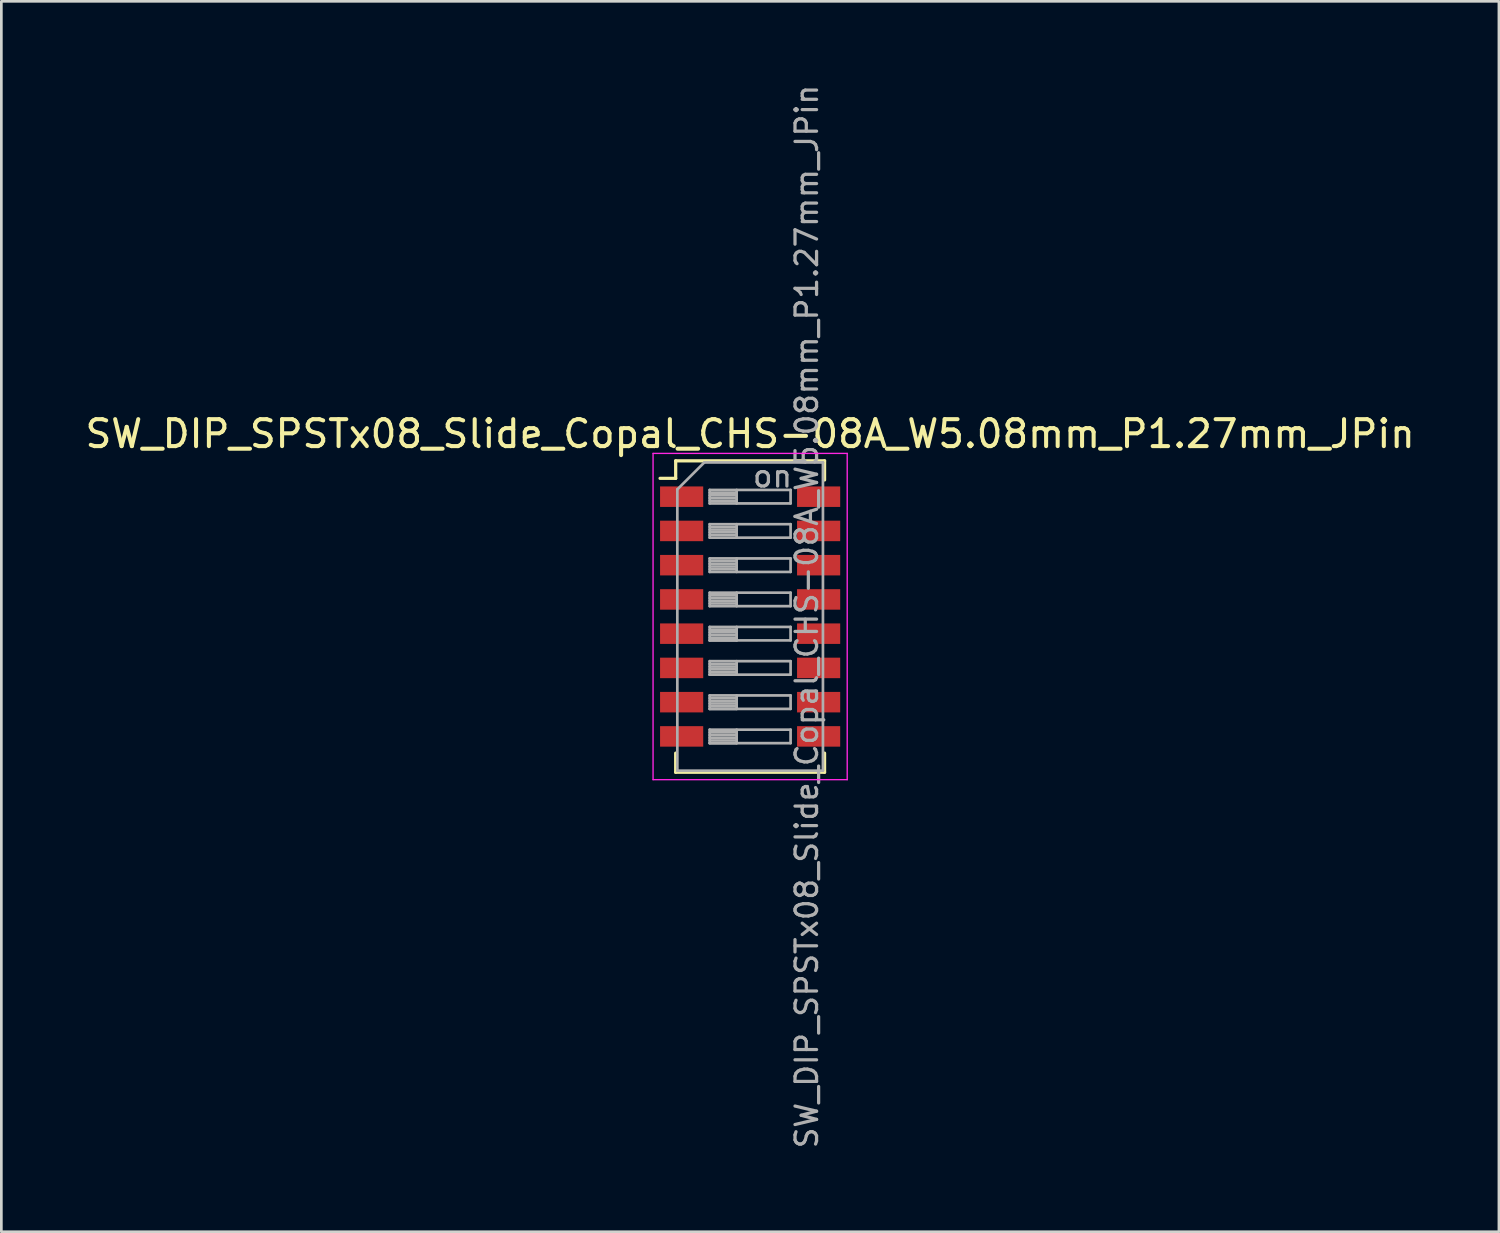
<source format=kicad_pcb>
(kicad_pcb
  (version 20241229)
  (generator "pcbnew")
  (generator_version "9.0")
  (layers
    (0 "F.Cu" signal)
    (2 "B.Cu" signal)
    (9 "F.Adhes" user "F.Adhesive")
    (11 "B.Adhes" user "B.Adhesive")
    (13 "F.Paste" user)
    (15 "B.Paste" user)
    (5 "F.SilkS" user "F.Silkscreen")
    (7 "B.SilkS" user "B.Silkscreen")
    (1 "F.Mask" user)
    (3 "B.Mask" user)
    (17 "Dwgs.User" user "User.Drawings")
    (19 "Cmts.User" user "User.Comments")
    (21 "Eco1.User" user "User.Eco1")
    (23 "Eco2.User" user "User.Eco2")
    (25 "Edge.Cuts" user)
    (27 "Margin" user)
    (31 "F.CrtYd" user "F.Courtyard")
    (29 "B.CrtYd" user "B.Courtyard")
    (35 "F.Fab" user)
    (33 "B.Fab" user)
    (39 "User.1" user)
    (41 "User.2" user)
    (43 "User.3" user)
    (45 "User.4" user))
  (footprint "SW_DIP_SPSTx08_Slide_Copal_CHS-08A_W5.08mm_P1.27mm_JPin"
    (layer "F.Cu")
    (at 24.768 19.814)
    (property "Reference" "SW_DIP_SPSTx08_Slide_Copal_CHS-08A_W5.08mm_P1.27mm_JPin" (at 0 -6.775 0) (layer "F.SilkS") (effects (font (size 1 1) (thickness 0.15))))
    (attr smd)
    (fp_line (start -3.34 -5.125) (end -2.761 -5.125) (stroke (width 0.12) (type solid)) (layer "F.SilkS"))
    (fp_line (start -2.761 -5.775) (end -2.761 -5.125) (stroke (width 0.12) (type solid)) (layer "F.SilkS"))
    (fp_line (start -2.761 -5.775) (end 2.76 -5.775) (stroke (width 0.12) (type solid)) (layer "F.SilkS"))
    (fp_line (start -2.761 5.065) (end -2.761 5.775) (stroke (width 0.12) (type solid)) (layer "F.SilkS"))
    (fp_line (start -2.761 5.775) (end 2.76 5.775) (stroke (width 0.12) (type solid)) (layer "F.SilkS"))
    (fp_line (start 2.76 -5.775) (end 2.76 -5.065) (stroke (width 0.12) (type solid)) (layer "F.SilkS"))
    (fp_line (start 2.76 5.065) (end 2.76 5.775) (stroke (width 0.12) (type solid)) (layer "F.SilkS"))
    (fp_line (start -3.6 -6.05) (end -3.6 6.05) (stroke (width 0.05) (type solid)) (layer "F.CrtYd"))
    (fp_line (start -3.6 6.05) (end 3.6 6.05) (stroke (width 0.05) (type solid)) (layer "F.CrtYd"))
    (fp_line (start 3.6 -6.05) (end -3.6 -6.05) (stroke (width 0.05) (type solid)) (layer "F.CrtYd"))
    (fp_line (start 3.6 6.05) (end 3.6 -6.05) (stroke (width 0.05) (type solid)) (layer "F.CrtYd"))
    (fp_line (start -2.7 -4.715) (end -1.7 -5.715) (stroke (width 0.1) (type solid)) (layer "F.Fab"))
    (fp_line (start -2.7 5.715) (end -2.7 -4.715) (stroke (width 0.1) (type solid)) (layer "F.Fab"))
    (fp_line (start -1.7 -5.715) (end 2.7 -5.715) (stroke (width 0.1) (type solid)) (layer "F.Fab"))
    (fp_line (start -1.5 -4.695) (end -1.5 -4.195) (stroke (width 0.1) (type solid)) (layer "F.Fab"))
    (fp_line (start -1.5 -4.595) (end -0.5 -4.595) (stroke (width 0.1) (type solid)) (layer "F.Fab"))
    (fp_line (start -1.5 -4.495) (end -0.5 -4.495) (stroke (width 0.1) (type solid)) (layer "F.Fab"))
    (fp_line (start -1.5 -4.395) (end -0.5 -4.395) (stroke (width 0.1) (type solid)) (layer "F.Fab"))
    (fp_line (start -1.5 -4.295) (end -0.5 -4.295) (stroke (width 0.1) (type solid)) (layer "F.Fab"))
    (fp_line (start -1.5 -4.195) (end 1.5 -4.195) (stroke (width 0.1) (type solid)) (layer "F.Fab"))
    (fp_line (start -1.5 -3.425) (end -1.5 -2.925) (stroke (width 0.1) (type solid)) (layer "F.Fab"))
    (fp_line (start -1.5 -3.325) (end -0.5 -3.325) (stroke (width 0.1) (type solid)) (layer "F.Fab"))
    (fp_line (start -1.5 -3.225) (end -0.5 -3.225) (stroke (width 0.1) (type solid)) (layer "F.Fab"))
    (fp_line (start -1.5 -3.125) (end -0.5 -3.125) (stroke (width 0.1) (type solid)) (layer "F.Fab"))
    (fp_line (start -1.5 -3.025) (end -0.5 -3.025) (stroke (width 0.1) (type solid)) (layer "F.Fab"))
    (fp_line (start -1.5 -2.925) (end 1.5 -2.925) (stroke (width 0.1) (type solid)) (layer "F.Fab"))
    (fp_line (start -1.5 -2.155) (end -1.5 -1.655) (stroke (width 0.1) (type solid)) (layer "F.Fab"))
    (fp_line (start -1.5 -2.055) (end -0.5 -2.055) (stroke (width 0.1) (type solid)) (layer "F.Fab"))
    (fp_line (start -1.5 -1.955) (end -0.5 -1.955) (stroke (width 0.1) (type solid)) (layer "F.Fab"))
    (fp_line (start -1.5 -1.855) (end -0.5 -1.855) (stroke (width 0.1) (type solid)) (layer "F.Fab"))
    (fp_line (start -1.5 -1.755) (end -0.5 -1.755) (stroke (width 0.1) (type solid)) (layer "F.Fab"))
    (fp_line (start -1.5 -1.655) (end 1.5 -1.655) (stroke (width 0.1) (type solid)) (layer "F.Fab"))
    (fp_line (start -1.5 -0.885) (end -1.5 -0.385) (stroke (width 0.1) (type solid)) (layer "F.Fab"))
    (fp_line (start -1.5 -0.785) (end -0.5 -0.785) (stroke (width 0.1) (type solid)) (layer "F.Fab"))
    (fp_line (start -1.5 -0.685) (end -0.5 -0.685) (stroke (width 0.1) (type solid)) (layer "F.Fab"))
    (fp_line (start -1.5 -0.585) (end -0.5 -0.585) (stroke (width 0.1) (type solid)) (layer "F.Fab"))
    (fp_line (start -1.5 -0.485) (end -0.5 -0.485) (stroke (width 0.1) (type solid)) (layer "F.Fab"))
    (fp_line (start -1.5 -0.385) (end 1.5 -0.385) (stroke (width 0.1) (type solid)) (layer "F.Fab"))
    (fp_line (start -1.5 0.385) (end -1.5 0.885) (stroke (width 0.1) (type solid)) (layer "F.Fab"))
    (fp_line (start -1.5 0.485) (end -0.5 0.485) (stroke (width 0.1) (type solid)) (layer "F.Fab"))
    (fp_line (start -1.5 0.585) (end -0.5 0.585) (stroke (width 0.1) (type solid)) (layer "F.Fab"))
    (fp_line (start -1.5 0.685) (end -0.5 0.685) (stroke (width 0.1) (type solid)) (layer "F.Fab"))
    (fp_line (start -1.5 0.785) (end -0.5 0.785) (stroke (width 0.1) (type solid)) (layer "F.Fab"))
    (fp_line (start -1.5 0.885) (end -0.5 0.885) (stroke (width 0.1) (type solid)) (layer "F.Fab"))
    (fp_line (start -1.5 0.885) (end 1.5 0.885) (stroke (width 0.1) (type solid)) (layer "F.Fab"))
    (fp_line (start -1.5 1.655) (end -1.5 2.155) (stroke (width 0.1) (type solid)) (layer "F.Fab"))
    (fp_line (start -1.5 1.755) (end -0.5 1.755) (stroke (width 0.1) (type solid)) (layer "F.Fab"))
    (fp_line (start -1.5 1.855) (end -0.5 1.855) (stroke (width 0.1) (type solid)) (layer "F.Fab"))
    (fp_line (start -1.5 1.955) (end -0.5 1.955) (stroke (width 0.1) (type solid)) (layer "F.Fab"))
    (fp_line (start -1.5 2.055) (end -0.5 2.055) (stroke (width 0.1) (type solid)) (layer "F.Fab"))
    (fp_line (start -1.5 2.155) (end -0.5 2.155) (stroke (width 0.1) (type solid)) (layer "F.Fab"))
    (fp_line (start -1.5 2.155) (end 1.5 2.155) (stroke (width 0.1) (type solid)) (layer "F.Fab"))
    (fp_line (start -1.5 2.925) (end -1.5 3.425) (stroke (width 0.1) (type solid)) (layer "F.Fab"))
    (fp_line (start -1.5 3.025) (end -0.5 3.025) (stroke (width 0.1) (type solid)) (layer "F.Fab"))
    (fp_line (start -1.5 3.125) (end -0.5 3.125) (stroke (width 0.1) (type solid)) (layer "F.Fab"))
    (fp_line (start -1.5 3.225) (end -0.5 3.225) (stroke (width 0.1) (type solid)) (layer "F.Fab"))
    (fp_line (start -1.5 3.325) (end -0.5 3.325) (stroke (width 0.1) (type solid)) (layer "F.Fab"))
    (fp_line (start -1.5 3.425) (end -0.5 3.425) (stroke (width 0.1) (type solid)) (layer "F.Fab"))
    (fp_line (start -1.5 3.425) (end 1.5 3.425) (stroke (width 0.1) (type solid)) (layer "F.Fab"))
    (fp_line (start -1.5 4.195) (end -1.5 4.695) (stroke (width 0.1) (type solid)) (layer "F.Fab"))
    (fp_line (start -1.5 4.295) (end -0.5 4.295) (stroke (width 0.1) (type solid)) (layer "F.Fab"))
    (fp_line (start -1.5 4.395) (end -0.5 4.395) (stroke (width 0.1) (type solid)) (layer "F.Fab"))
    (fp_line (start -1.5 4.495) (end -0.5 4.495) (stroke (width 0.1) (type solid)) (layer "F.Fab"))
    (fp_line (start -1.5 4.595) (end -0.5 4.595) (stroke (width 0.1) (type solid)) (layer "F.Fab"))
    (fp_line (start -1.5 4.695) (end -0.5 4.695) (stroke (width 0.1) (type solid)) (layer "F.Fab"))
    (fp_line (start -1.5 4.695) (end 1.5 4.695) (stroke (width 0.1) (type solid)) (layer "F.Fab"))
    (fp_line (start -0.5 -4.695) (end -0.5 -4.195) (stroke (width 0.1) (type solid)) (layer "F.Fab"))
    (fp_line (start -0.5 -3.425) (end -0.5 -2.925) (stroke (width 0.1) (type solid)) (layer "F.Fab"))
    (fp_line (start -0.5 -2.155) (end -0.5 -1.655) (stroke (width 0.1) (type solid)) (layer "F.Fab"))
    (fp_line (start -0.5 -0.885) (end -0.5 -0.385) (stroke (width 0.1) (type solid)) (layer "F.Fab"))
    (fp_line (start -0.5 0.385) (end -0.5 0.885) (stroke (width 0.1) (type solid)) (layer "F.Fab"))
    (fp_line (start -0.5 1.655) (end -0.5 2.155) (stroke (width 0.1) (type solid)) (layer "F.Fab"))
    (fp_line (start -0.5 2.925) (end -0.5 3.425) (stroke (width 0.1) (type solid)) (layer "F.Fab"))
    (fp_line (start -0.5 4.195) (end -0.5 4.695) (stroke (width 0.1) (type solid)) (layer "F.Fab"))
    (fp_line (start 1.5 -4.695) (end -1.5 -4.695) (stroke (width 0.1) (type solid)) (layer "F.Fab"))
    (fp_line (start 1.5 -4.195) (end 1.5 -4.695) (stroke (width 0.1) (type solid)) (layer "F.Fab"))
    (fp_line (start 1.5 -3.425) (end -1.5 -3.425) (stroke (width 0.1) (type solid)) (layer "F.Fab"))
    (fp_line (start 1.5 -2.925) (end 1.5 -3.425) (stroke (width 0.1) (type solid)) (layer "F.Fab"))
    (fp_line (start 1.5 -2.155) (end -1.5 -2.155) (stroke (width 0.1) (type solid)) (layer "F.Fab"))
    (fp_line (start 1.5 -1.655) (end 1.5 -2.155) (stroke (width 0.1) (type solid)) (layer "F.Fab"))
    (fp_line (start 1.5 -0.885) (end -1.5 -0.885) (stroke (width 0.1) (type solid)) (layer "F.Fab"))
    (fp_line (start 1.5 -0.385) (end 1.5 -0.885) (stroke (width 0.1) (type solid)) (layer "F.Fab"))
    (fp_line (start 1.5 0.385) (end -1.5 0.385) (stroke (width 0.1) (type solid)) (layer "F.Fab"))
    (fp_line (start 1.5 0.885) (end 1.5 0.385) (stroke (width 0.1) (type solid)) (layer "F.Fab"))
    (fp_line (start 1.5 1.655) (end -1.5 1.655) (stroke (width 0.1) (type solid)) (layer "F.Fab"))
    (fp_line (start 1.5 2.155) (end 1.5 1.655) (stroke (width 0.1) (type solid)) (layer "F.Fab"))
    (fp_line (start 1.5 2.925) (end -1.5 2.925) (stroke (width 0.1) (type solid)) (layer "F.Fab"))
    (fp_line (start 1.5 3.425) (end 1.5 2.925) (stroke (width 0.1) (type solid)) (layer "F.Fab"))
    (fp_line (start 1.5 4.195) (end -1.5 4.195) (stroke (width 0.1) (type solid)) (layer "F.Fab"))
    (fp_line (start 1.5 4.695) (end 1.5 4.195) (stroke (width 0.1) (type solid)) (layer "F.Fab"))
    (fp_line (start 2.7 -5.715) (end 2.7 5.715) (stroke (width 0.1) (type solid)) (layer "F.Fab"))
    (fp_line (start 2.7 5.715) (end -2.7 5.715) (stroke (width 0.1) (type solid)) (layer "F.Fab"))
    (fp_text user "on" (at 0.83 -5.205 0) (layer "F.Fab") (effects (font (size 0.8 0.8) (thickness 0.12))))
    (fp_text user "${REFERENCE}" (at 2.1 0 90) (layer "F.Fab") (effects (font (size 0.8 0.8) (thickness 0.12))))
    (pad "1" smd rect (at -2.54 -4.445) (size 1.6 0.76) (layers "F.Cu" "F.Mask" "F.Paste"))
    (pad "2" smd rect (at -2.54 -3.175) (size 1.6 0.76) (layers "F.Cu" "F.Mask" "F.Paste"))
    (pad "3" smd rect (at -2.54 -1.905) (size 1.6 0.76) (layers "F.Cu" "F.Mask" "F.Paste"))
    (pad "4" smd rect (at -2.54 -0.635) (size 1.6 0.76) (layers "F.Cu" "F.Mask" "F.Paste"))
    (pad "5" smd rect (at -2.54 0.635) (size 1.6 0.76) (layers "F.Cu" "F.Mask" "F.Paste"))
    (pad "6" smd rect (at -2.54 1.905) (size 1.6 0.76) (layers "F.Cu" "F.Mask" "F.Paste"))
    (pad "7" smd rect (at -2.54 3.175) (size 1.6 0.76) (layers "F.Cu" "F.Mask" "F.Paste"))
    (pad "8" smd rect (at -2.54 4.445) (size 1.6 0.76) (layers "F.Cu" "F.Mask" "F.Paste"))
    (pad "9" smd rect (at 2.54 4.445) (size 1.6 0.76) (layers "F.Cu" "F.Mask" "F.Paste"))
    (pad "10" smd rect (at 2.54 3.175) (size 1.6 0.76) (layers "F.Cu" "F.Mask" "F.Paste"))
    (pad "11" smd rect (at 2.54 1.905) (size 1.6 0.76) (layers "F.Cu" "F.Mask" "F.Paste"))
    (pad "12" smd rect (at 2.54 0.635) (size 1.6 0.76) (layers "F.Cu" "F.Mask" "F.Paste"))
    (pad "13" smd rect (at 2.54 -0.635) (size 1.6 0.76) (layers "F.Cu" "F.Mask" "F.Paste"))
    (pad "14" smd rect (at 2.54 -1.905) (size 1.6 0.76) (layers "F.Cu" "F.Mask" "F.Paste"))
    (pad "15" smd rect (at 2.54 -3.175) (size 1.6 0.76) (layers "F.Cu" "F.Mask" "F.Paste"))
    (pad "16" smd rect (at 2.54 -4.445) (size 1.6 0.76) (layers "F.Cu" "F.Mask" "F.Paste")))
  (gr_rect
    (start -3 -3)
    (end 52.536 42.629)
    (stroke (width 0.1) (type default))
    (fill no)
    (layer "Edge.Cuts")))
</source>
